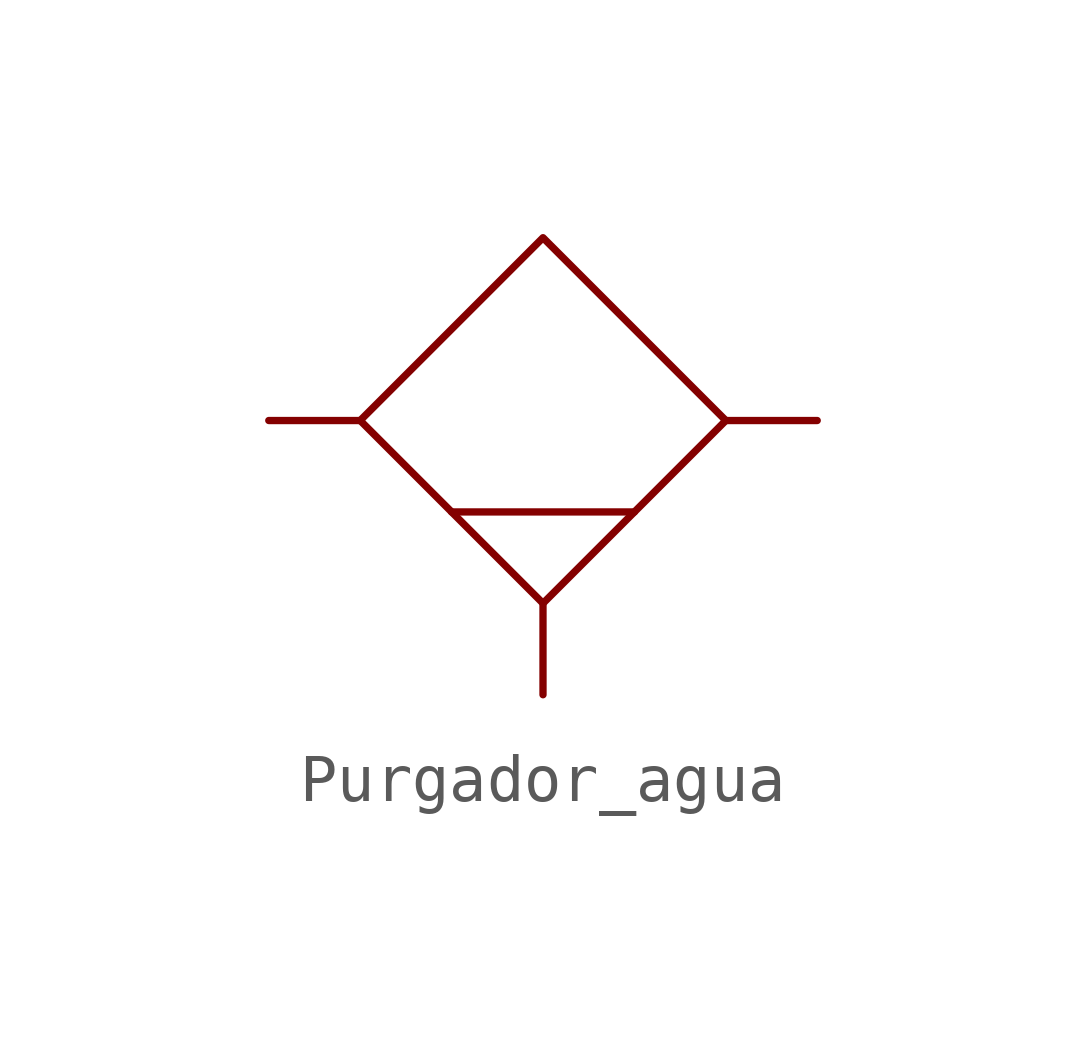
<source format=kicad_sym>
(kicad_symbol_lib
  (version 20211014)
  (generator kicad_symbol_editor)
  (symbol "Purgador_agua"
    (pin_names
      (offset 1.016))
    (property "Reference" "V"
      (at -3.175 -5.08 0)
      (effects (font (size 2.54 2.54)) (justify left) hide))
    (symbol "Purgador_agua_0_1"
      (polyline (pts (xy -5.715 -1.905) (xy -1.905 -1.905)) (stroke (width 0) (type default) (color 0 0 0 0)) (fill (type none)))
      (polyline (pts (xy -3.81 -3.81) (xy -3.81 -5.715)) (stroke (width 0) (type default) (color 0 0 0 0)) (fill (type none)))
      (polyline (pts (xy -3.81 3.81) (xy -7.62 0) (xy -3.81 -3.81) (xy 0 0) (xy -3.81 3.81)) (stroke (width 0) (type default) (color 0 0 0 0)) (fill (type none))))
    (symbol "Purgador_agua_1_1"
      (pin input line (at -9.525 0 0) (length 1.905) (name "" (effects (font (size 1.27 1.27)))) (number "" (effects (font (size 1.27 1.27)))))
      (pin output line (at 1.905 0 180) (length 1.905) (name "" (effects (font (size 1.27 1.27)))) (number "" (effects (font (size 1.27 1.27))))))))
</source>
